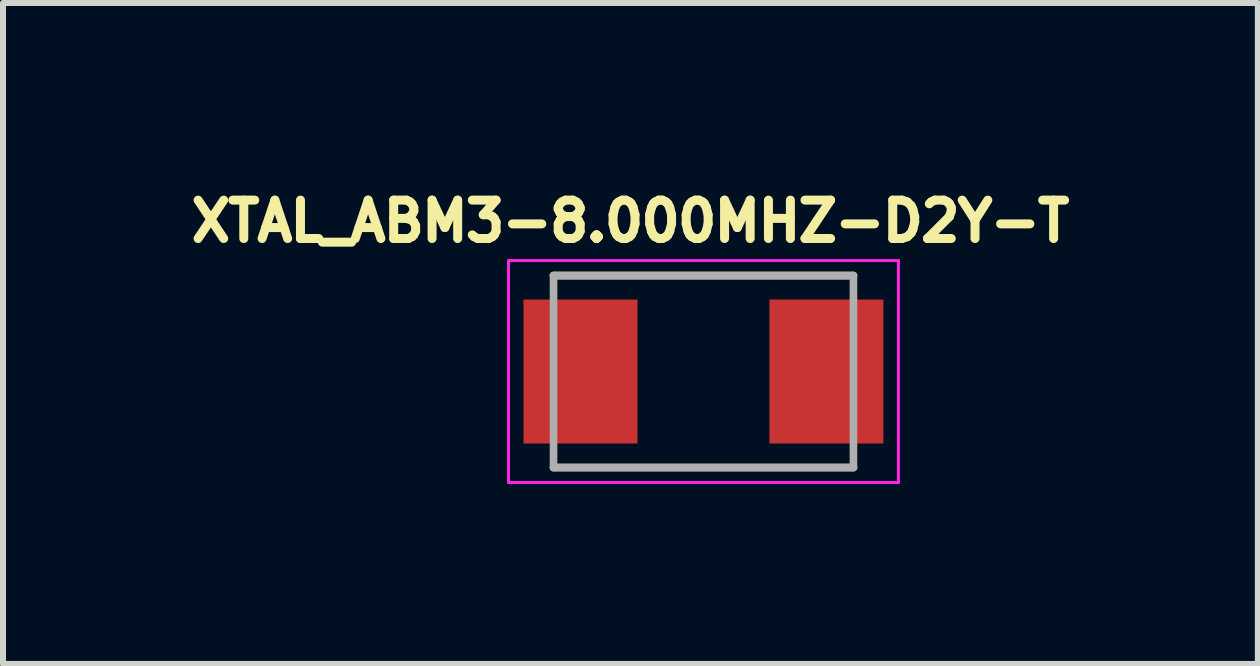
<source format=kicad_pcb>
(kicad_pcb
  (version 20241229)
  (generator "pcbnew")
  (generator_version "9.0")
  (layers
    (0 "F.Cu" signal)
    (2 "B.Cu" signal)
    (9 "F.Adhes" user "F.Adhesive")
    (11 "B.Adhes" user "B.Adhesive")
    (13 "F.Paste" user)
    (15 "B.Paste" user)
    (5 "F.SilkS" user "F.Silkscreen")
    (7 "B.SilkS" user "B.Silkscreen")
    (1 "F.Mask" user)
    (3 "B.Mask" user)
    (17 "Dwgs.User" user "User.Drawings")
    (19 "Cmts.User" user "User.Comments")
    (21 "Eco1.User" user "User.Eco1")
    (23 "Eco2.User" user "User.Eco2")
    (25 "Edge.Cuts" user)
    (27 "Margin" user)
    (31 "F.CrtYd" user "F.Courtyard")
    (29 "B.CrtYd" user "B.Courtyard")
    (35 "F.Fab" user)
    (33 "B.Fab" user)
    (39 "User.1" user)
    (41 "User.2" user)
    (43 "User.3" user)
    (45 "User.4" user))
  (footprint "XTAL_ABM3-8.000MHZ-D2Y-T"
    (layer "F.Cu")
    (at 8.678 3.144)
    (property "Reference" "XTAL_ABM3-8.000MHZ-D2Y-T" (at -1.218 -2.506 0) (layer "F.SilkS") (effects (font (size 0.64 0.64) (thickness 0.15))))
    (attr through_hole)
    (fp_line (start -2.5 -1.6) (end 2.5 -1.6) (stroke (width 0.127) (type solid)) (layer "F.SilkS"))
    (fp_line (start -2.5 1.6) (end 2.5 1.6) (stroke (width 0.127) (type solid)) (layer "F.SilkS"))
    (fp_line (start -3.25 -1.85) (end -3.25 1.85) (stroke (width 0.05) (type solid)) (layer "F.CrtYd"))
    (fp_line (start -3.25 1.85) (end 3.25 1.85) (stroke (width 0.05) (type solid)) (layer "F.CrtYd"))
    (fp_line (start 3.25 -1.85) (end -3.25 -1.85) (stroke (width 0.05) (type solid)) (layer "F.CrtYd"))
    (fp_line (start 3.25 1.85) (end 3.25 -1.85) (stroke (width 0.05) (type solid)) (layer "F.CrtYd"))
    (fp_line (start -2.5 -1.6) (end -2.5 1.6) (stroke (width 0.127) (type solid)) (layer "F.Fab"))
    (fp_line (start -2.5 -1.6) (end 2.5 -1.6) (stroke (width 0.127) (type solid)) (layer "F.Fab"))
    (fp_line (start -2.5 1.6) (end 2.5 1.6) (stroke (width 0.127) (type solid)) (layer "F.Fab"))
    (fp_line (start 2.5 -1.6) (end 2.5 1.6) (stroke (width 0.127) (type solid)) (layer "F.Fab"))
    (pad "1" smd rect (at -2.05 0) (size 1.9 2.4) (layers "F.Cu" "F.Mask" "F.Paste"))
    (pad "2" smd rect (at 2.05 0) (size 1.9 2.4) (layers "F.Cu" "F.Mask" "F.Paste")))
  (gr_rect
    (start -3 -3)
    (end 17.92 8.019)
    (stroke (width 0.1) (type default))
    (fill no)
    (layer "Edge.Cuts")))
</source>
